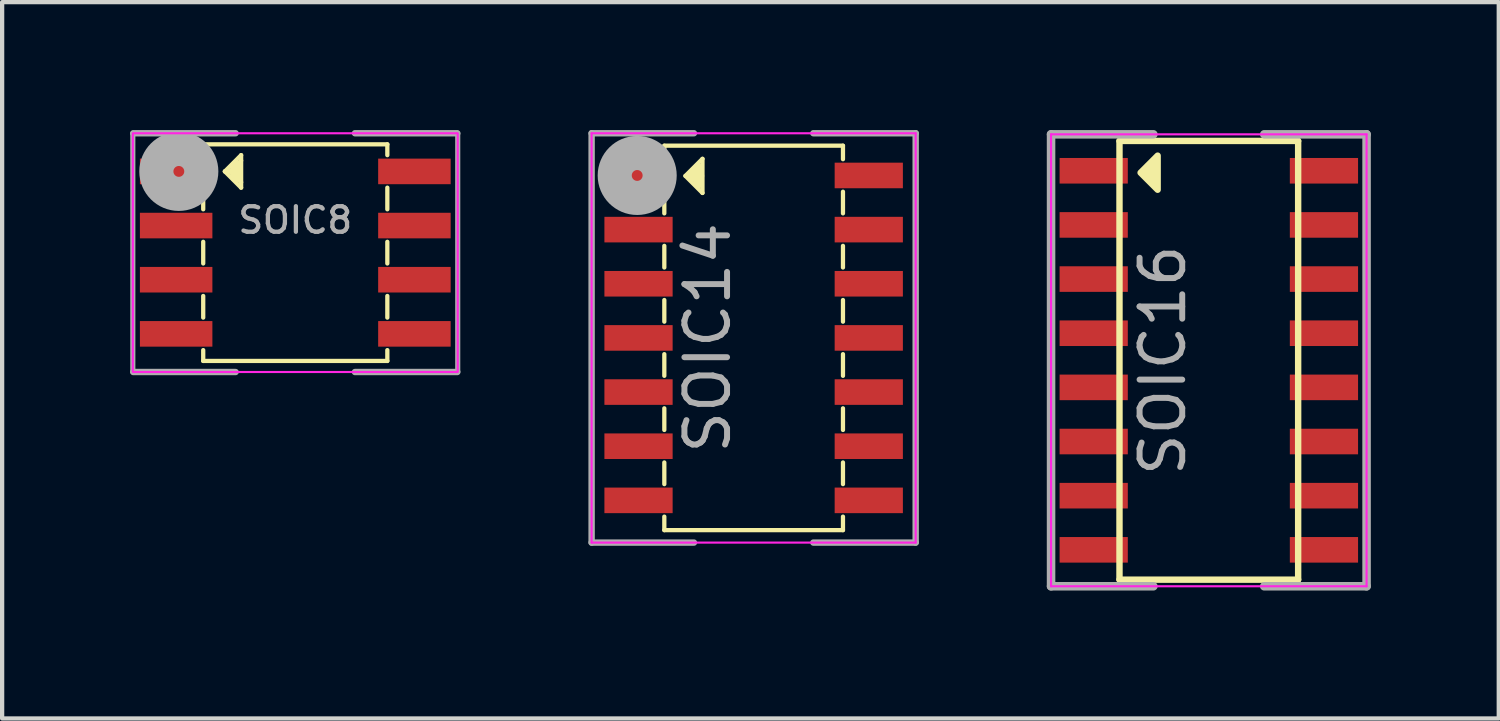
<source format=kicad_pcb>
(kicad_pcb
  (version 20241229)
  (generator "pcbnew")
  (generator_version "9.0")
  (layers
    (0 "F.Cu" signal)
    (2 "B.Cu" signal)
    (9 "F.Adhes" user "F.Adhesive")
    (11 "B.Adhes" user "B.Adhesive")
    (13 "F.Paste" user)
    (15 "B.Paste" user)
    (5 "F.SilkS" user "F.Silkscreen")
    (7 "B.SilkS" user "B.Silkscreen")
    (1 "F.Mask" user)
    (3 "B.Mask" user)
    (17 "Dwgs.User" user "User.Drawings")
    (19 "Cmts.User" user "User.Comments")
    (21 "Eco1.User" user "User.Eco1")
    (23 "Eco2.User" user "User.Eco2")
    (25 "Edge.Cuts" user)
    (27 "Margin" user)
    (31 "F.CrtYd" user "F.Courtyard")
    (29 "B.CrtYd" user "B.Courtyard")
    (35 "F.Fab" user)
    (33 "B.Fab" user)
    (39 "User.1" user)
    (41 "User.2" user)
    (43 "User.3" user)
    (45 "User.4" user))
  (footprint "SOIC14"
    (layer "F.Cu")
    (at 14.625 4.875)
    (property "Reference" "SOIC14" (at -1.079 0 90) (layer "F.Fab") (effects (font (size 1 1) (thickness 0.14))))
    (attr smd)
    (fp_line (start -2.095 -4.508) (end 2.095 -4.508) (stroke (width 0.1) (type solid)) (layer "F.SilkS"))
    (fp_line (start -2.095 -4.191) (end -2.095 -4.508) (stroke (width 0.1) (type solid)) (layer "F.SilkS"))
    (fp_line (start -2.095 -2.921) (end -2.095 -3.429) (stroke (width 0.1) (type solid)) (layer "F.SilkS"))
    (fp_line (start -2.095 -1.651) (end -2.095 -2.159) (stroke (width 0.1) (type solid)) (layer "F.SilkS"))
    (fp_line (start -2.095 -0.381) (end -2.095 -0.889) (stroke (width 0.1) (type solid)) (layer "F.SilkS"))
    (fp_line (start -2.095 0.889) (end -2.095 0.381) (stroke (width 0.1) (type solid)) (layer "F.SilkS"))
    (fp_line (start -2.095 2.159) (end -2.095 1.651) (stroke (width 0.1) (type solid)) (layer "F.SilkS"))
    (fp_line (start -2.095 3.429) (end -2.095 2.921) (stroke (width 0.1) (type solid)) (layer "F.SilkS"))
    (fp_line (start -2.095 4.508) (end -2.095 4.191) (stroke (width 0.1) (type solid)) (layer "F.SilkS"))
    (fp_line (start -2.095 4.508) (end 2.095 4.508) (stroke (width 0.1) (type solid)) (layer "F.SilkS"))
    (fp_line (start -1.6 -3.8) (end -1.2 -4.2) (stroke (width 0.1) (type solid)) (layer "F.SilkS"))
    (fp_line (start -1.4 -3.8) (end -1.3 -3.8) (stroke (width 0.28) (type solid)) (layer "F.SilkS"))
    (fp_line (start -1.3 -4) (end -1.3 -3.6) (stroke (width 0.2) (type solid)) (layer "F.SilkS"))
    (fp_line (start -1.2 -4.2) (end -1.2 -3.4) (stroke (width 0.1) (type solid)) (layer "F.SilkS"))
    (fp_line (start -1.2 -3.4) (end -1.6 -3.8) (stroke (width 0.1) (type solid)) (layer "F.SilkS"))
    (fp_line (start 2.095 -4.191) (end 2.095 -4.508) (stroke (width 0.1) (type solid)) (layer "F.SilkS"))
    (fp_line (start 2.095 -2.921) (end 2.095 -3.429) (stroke (width 0.1) (type solid)) (layer "F.SilkS"))
    (fp_line (start 2.095 -1.651) (end 2.095 -2.159) (stroke (width 0.1) (type solid)) (layer "F.SilkS"))
    (fp_line (start 2.095 -0.381) (end 2.095 -0.889) (stroke (width 0.1) (type solid)) (layer "F.SilkS"))
    (fp_line (start 2.095 0.889) (end 2.095 0.381) (stroke (width 0.1) (type solid)) (layer "F.SilkS"))
    (fp_line (start 2.095 2.159) (end 2.095 1.651) (stroke (width 0.1) (type solid)) (layer "F.SilkS"))
    (fp_line (start 2.095 3.429) (end 2.095 2.921) (stroke (width 0.1) (type solid)) (layer "F.SilkS"))
    (fp_line (start 2.095 4.508) (end 2.095 4.191) (stroke (width 0.1) (type solid)) (layer "F.SilkS"))
    (fp_line (start -3.8 -4.8) (end -3.8 4.8) (stroke (width 0.05) (type solid)) (layer "F.CrtYd"))
    (fp_line (start -3.8 4.8) (end 3.8 4.8) (stroke (width 0.05) (type solid)) (layer "F.CrtYd"))
    (fp_line (start 3.8 -4.8) (end -3.8 -4.8) (stroke (width 0.05) (type solid)) (layer "F.CrtYd"))
    (fp_line (start 3.8 4.8) (end 3.8 -4.8) (stroke (width 0.05) (type solid)) (layer "F.CrtYd"))
    (fp_line (start -3.8 -4.8) (end -1.4 -4.8) (stroke (width 0.15) (type solid)) (layer "F.Fab"))
    (fp_line (start -3.8 4.8) (end -3.8 -4.8) (stroke (width 0.15) (type solid)) (layer "F.Fab"))
    (fp_line (start -1.4 4.8) (end -3.8 4.8) (stroke (width 0.15) (type solid)) (layer "F.Fab"))
    (fp_line (start 1.4 -4.8) (end 3.8 -4.8) (stroke (width 0.15) (type solid)) (layer "F.Fab"))
    (fp_line (start 3.8 -4.8) (end 3.8 4.8) (stroke (width 0.15) (type solid)) (layer "F.Fab"))
    (fp_line (start 3.8 4.8) (end 1.4 4.8) (stroke (width 0.15) (type solid)) (layer "F.Fab"))
    (fp_circle (center -2.731 -3.81) (end -2.731 -3.683) (stroke (width 0.8) (type solid)) (fill no) (layer "F.Fab"))
    (pad "1" smd rect (at -2.7 -3.81) (size 1.6 0.6) (layers "F.Cu" "F.Mask" "F.Paste"))
    (pad "2" smd rect (at -2.7 -2.54) (size 1.6 0.6) (layers "F.Cu" "F.Mask" "F.Paste"))
    (pad "3" smd rect (at -2.7 -1.27) (size 1.6 0.6) (layers "F.Cu" "F.Mask" "F.Paste"))
    (pad "4" smd rect (at -2.7 0) (size 1.6 0.6) (layers "F.Cu" "F.Mask" "F.Paste"))
    (pad "5" smd rect (at -2.7 1.27) (size 1.6 0.6) (layers "F.Cu" "F.Mask" "F.Paste"))
    (pad "6" smd rect (at -2.7 2.54) (size 1.6 0.6) (layers "F.Cu" "F.Mask" "F.Paste"))
    (pad "7" smd rect (at -2.7 3.81) (size 1.6 0.6) (layers "F.Cu" "F.Mask" "F.Paste"))
    (pad "8" smd rect (at 2.7 3.81) (size 1.6 0.6) (layers "F.Cu" "F.Mask" "F.Paste"))
    (pad "9" smd rect (at 2.7 2.54) (size 1.6 0.6) (layers "F.Cu" "F.Mask" "F.Paste"))
    (pad "10" smd rect (at 2.7 1.27) (size 1.6 0.6) (layers "F.Cu" "F.Mask" "F.Paste"))
    (pad "11" smd rect (at 2.7 0) (size 1.6 0.6) (layers "F.Cu" "F.Mask" "F.Paste"))
    (pad "12" smd rect (at 2.7 -1.27) (size 1.6 0.6) (layers "F.Cu" "F.Mask" "F.Paste"))
    (pad "13" smd rect (at 2.7 -2.54) (size 1.6 0.6) (layers "F.Cu" "F.Mask" "F.Paste"))
    (pad "14" smd rect (at 2.7 -3.81) (size 1.6 0.6) (layers "F.Cu" "F.Mask" "F.Paste")))
  (footprint "SOIC16"
    (layer "F.Cu")
    (at 25.3 5.4)
    (property "Reference" "SOIC16" (at -1.079 0 90) (layer "F.Fab") (effects (font (size 1 1) (thickness 0.14))))
    (attr smd)
    (fp_line (start -2.095 -5.144) (end 2.095 -5.144) (stroke (width 0.15) (type solid)) (layer "F.SilkS"))
    (fp_line (start -2.095 5.144) (end -2.095 -5.144) (stroke (width 0.15) (type solid)) (layer "F.SilkS"))
    (fp_line (start -2.095 5.144) (end 2.095 5.144) (stroke (width 0.15) (type solid)) (layer "F.SilkS"))
    (fp_line (start 2.095 5.144) (end 2.095 -5.144) (stroke (width 0.15) (type solid)) (layer "F.SilkS"))
    (fp_poly (pts (xy -1.2 -4) (xy -1.6 -4.4) (xy -1.2 -4.8)) (stroke (width 0.15) (type solid)) (fill yes) (layer "F.SilkS"))
    (fp_line (start -3.7 -5.3) (end -3.7 5.3) (stroke (width 0.05) (type solid)) (layer "F.CrtYd"))
    (fp_line (start -3.7 5.3) (end 3.7 5.3) (stroke (width 0.05) (type solid)) (layer "F.CrtYd"))
    (fp_line (start 3.7 -5.3) (end -3.7 -5.3) (stroke (width 0.05) (type solid)) (layer "F.CrtYd"))
    (fp_line (start 3.7 5.3) (end 3.7 -5.3) (stroke (width 0.05) (type solid)) (layer "F.CrtYd"))
    (fp_line (start -3.7 -5.3) (end -3.7 5.3) (stroke (width 0.2) (type solid)) (layer "F.Fab"))
    (fp_line (start -3.7 5.3) (end -1.3 5.3) (stroke (width 0.2) (type solid)) (layer "F.Fab"))
    (fp_line (start -1.3 -5.3) (end -3.7 -5.3) (stroke (width 0.2) (type solid)) (layer "F.Fab"))
    (fp_line (start 1.3 5.3) (end 3.7 5.3) (stroke (width 0.2) (type solid)) (layer "F.Fab"))
    (fp_line (start 3.7 -5.3) (end 1.3 -5.3) (stroke (width 0.2) (type solid)) (layer "F.Fab"))
    (fp_line (start 3.7 5.3) (end 3.7 -5.3) (stroke (width 0.2) (type solid)) (layer "F.Fab"))
    (pad "1" smd rect (at -2.7 -4.445) (size 1.6 0.6) (layers "F.Cu" "F.Mask" "F.Paste"))
    (pad "2" smd rect (at -2.7 -3.175) (size 1.6 0.6) (layers "F.Cu" "F.Mask" "F.Paste"))
    (pad "3" smd rect (at -2.7 -1.905) (size 1.6 0.6) (layers "F.Cu" "F.Mask" "F.Paste"))
    (pad "4" smd rect (at -2.7 -0.635) (size 1.6 0.6) (layers "F.Cu" "F.Mask" "F.Paste"))
    (pad "5" smd rect (at -2.7 0.635) (size 1.6 0.6) (layers "F.Cu" "F.Mask" "F.Paste"))
    (pad "6" smd rect (at -2.7 1.905) (size 1.6 0.6) (layers "F.Cu" "F.Mask" "F.Paste"))
    (pad "7" smd rect (at -2.7 3.175) (size 1.6 0.6) (layers "F.Cu" "F.Mask" "F.Paste"))
    (pad "8" smd rect (at -2.7 4.445) (size 1.6 0.6) (layers "F.Cu" "F.Mask" "F.Paste"))
    (pad "9" smd rect (at 2.7 4.445) (size 1.6 0.6) (layers "F.Cu" "F.Mask" "F.Paste"))
    (pad "10" smd rect (at 2.7 3.175) (size 1.6 0.6) (layers "F.Cu" "F.Mask" "F.Paste"))
    (pad "11" smd rect (at 2.7 1.905) (size 1.6 0.6) (layers "F.Cu" "F.Mask" "F.Paste"))
    (pad "12" smd rect (at 2.7 0.635) (size 1.6 0.6) (layers "F.Cu" "F.Mask" "F.Paste"))
    (pad "13" smd rect (at 2.7 -0.635) (size 1.6 0.6) (layers "F.Cu" "F.Mask" "F.Paste"))
    (pad "14" smd rect (at 2.7 -1.905) (size 1.6 0.6) (layers "F.Cu" "F.Mask" "F.Paste"))
    (pad "15" smd rect (at 2.7 -3.175) (size 1.6 0.6) (layers "F.Cu" "F.Mask" "F.Paste"))
    (pad "16" smd rect (at 2.7 -4.445) (size 1.6 0.6) (layers "F.Cu" "F.Mask" "F.Paste")))
  (footprint "SOIC8"
    (layer "F.Cu")
    (at 3.875 2.875)
    (property "Reference" "SOIC8" (at 0 -0.762 180) (layer "F.Fab") (effects (font (size 0.6 0.6) (thickness 0.1))))
    (attr smd)
    (fp_line (start -2.159 -2.54) (end 2.159 -2.54) (stroke (width 0.1) (type solid)) (layer "F.SilkS"))
    (fp_line (start -2.159 -2.286) (end -2.159 -2.54) (stroke (width 0.1) (type solid)) (layer "F.SilkS"))
    (fp_line (start -2.159 -1.524) (end -2.159 -1.016) (stroke (width 0.1) (type solid)) (layer "F.SilkS"))
    (fp_line (start -2.159 -0.254) (end -2.159 0.254) (stroke (width 0.1) (type solid)) (layer "F.SilkS"))
    (fp_line (start -2.159 1.016) (end -2.159 1.524) (stroke (width 0.1) (type solid)) (layer "F.SilkS"))
    (fp_line (start -2.159 2.54) (end -2.159 2.286) (stroke (width 0.1) (type solid)) (layer "F.SilkS"))
    (fp_line (start -2.159 2.54) (end 2.159 2.54) (stroke (width 0.1) (type solid)) (layer "F.SilkS"))
    (fp_line (start -1.651 -1.905) (end -1.27 -2.286) (stroke (width 0.1) (type solid)) (layer "F.SilkS"))
    (fp_line (start -1.651 -1.905) (end -1.27 -1.524) (stroke (width 0.1) (type solid)) (layer "F.SilkS"))
    (fp_line (start -1.524 -1.905) (end -1.651 -1.905) (stroke (width 0.1) (type solid)) (layer "F.SilkS"))
    (fp_line (start -1.524 -1.905) (end -1.27 -1.651) (stroke (width 0.1) (type solid)) (layer "F.SilkS"))
    (fp_line (start -1.397 -2.032) (end -1.397 -1.778) (stroke (width 0.25) (type solid)) (layer "F.SilkS"))
    (fp_line (start -1.27 -2.286) (end -1.27 -1.524) (stroke (width 0.1) (type solid)) (layer "F.SilkS"))
    (fp_line (start -1.27 -2.159) (end -1.524 -1.905) (stroke (width 0.1) (type solid)) (layer "F.SilkS"))
    (fp_line (start 2.159 -2.54) (end 2.159 -2.286) (stroke (width 0.1) (type solid)) (layer "F.SilkS"))
    (fp_line (start 2.159 -1.524) (end 2.159 -1.016) (stroke (width 0.1) (type solid)) (layer "F.SilkS"))
    (fp_line (start 2.159 -0.254) (end 2.159 0.254) (stroke (width 0.1) (type solid)) (layer "F.SilkS"))
    (fp_line (start 2.159 1.016) (end 2.159 1.524) (stroke (width 0.1) (type solid)) (layer "F.SilkS"))
    (fp_line (start 2.159 2.54) (end 2.159 2.286) (stroke (width 0.1) (type solid)) (layer "F.SilkS"))
    (fp_line (start -3.81 2.794) (end -3.81 -2.794) (stroke (width 0.05) (type solid)) (layer "F.CrtYd"))
    (fp_line (start -3.8 2.8) (end 3.8 2.8) (stroke (width 0.05) (type solid)) (layer "F.CrtYd"))
    (fp_line (start 3.8 -2.8) (end -3.8 -2.8) (stroke (width 0.05) (type solid)) (layer "F.CrtYd"))
    (fp_line (start 3.81 -2.794) (end 3.81 2.794) (stroke (width 0.05) (type solid)) (layer "F.CrtYd"))
    (fp_line (start -3.81 -2.794) (end -3.81 2.794) (stroke (width 0.12) (type solid)) (layer "F.Fab"))
    (fp_line (start -3.8 2.8) (end -1.4 2.8) (stroke (width 0.15) (type solid)) (layer "F.Fab"))
    (fp_line (start -1.4 -2.8) (end -3.8 -2.8) (stroke (width 0.15) (type solid)) (layer "F.Fab"))
    (fp_line (start 1.4 2.8) (end 3.8 2.8) (stroke (width 0.15) (type solid)) (layer "F.Fab"))
    (fp_line (start 3.8 -2.8) (end 1.4 -2.8) (stroke (width 0.15) (type solid)) (layer "F.Fab"))
    (fp_line (start 3.81 -2.794) (end 3.81 2.794) (stroke (width 0.12) (type solid)) (layer "F.Fab"))
    (fp_circle (center -2.731 -1.905) (end -2.731 -1.778) (stroke (width 0.8) (type solid)) (fill no) (layer "F.Fab"))
    (pad "1" smd rect (at -2.794 -1.905) (size 1.7 0.6) (layers "F.Cu" "F.Mask" "F.Paste"))
    (pad "2" smd rect (at -2.794 -0.635) (size 1.7 0.6) (layers "F.Cu" "F.Mask" "F.Paste"))
    (pad "3" smd rect (at -2.794 0.635) (size 1.7 0.6) (layers "F.Cu" "F.Mask" "F.Paste"))
    (pad "4" smd rect (at -2.794 1.905) (size 1.7 0.6) (layers "F.Cu" "F.Mask" "F.Paste"))
    (pad "5" smd rect (at 2.794 1.905) (size 1.7 0.6) (layers "F.Cu" "F.Mask" "F.Paste"))
    (pad "6" smd rect (at 2.794 0.635) (size 1.7 0.6) (layers "F.Cu" "F.Mask" "F.Paste"))
    (pad "7" smd rect (at 2.794 -0.635) (size 1.7 0.6) (layers "F.Cu" "F.Mask" "F.Paste"))
    (pad "8" smd rect (at 2.794 -1.905) (size 1.7 0.6) (layers "F.Cu" "F.Mask" "F.Paste")))
  (gr_rect
    (start -3 -3)
    (end 32.1 13.8)
    (stroke (width 0.1) (type default))
    (fill no)
    (layer "Edge.Cuts")))
</source>
